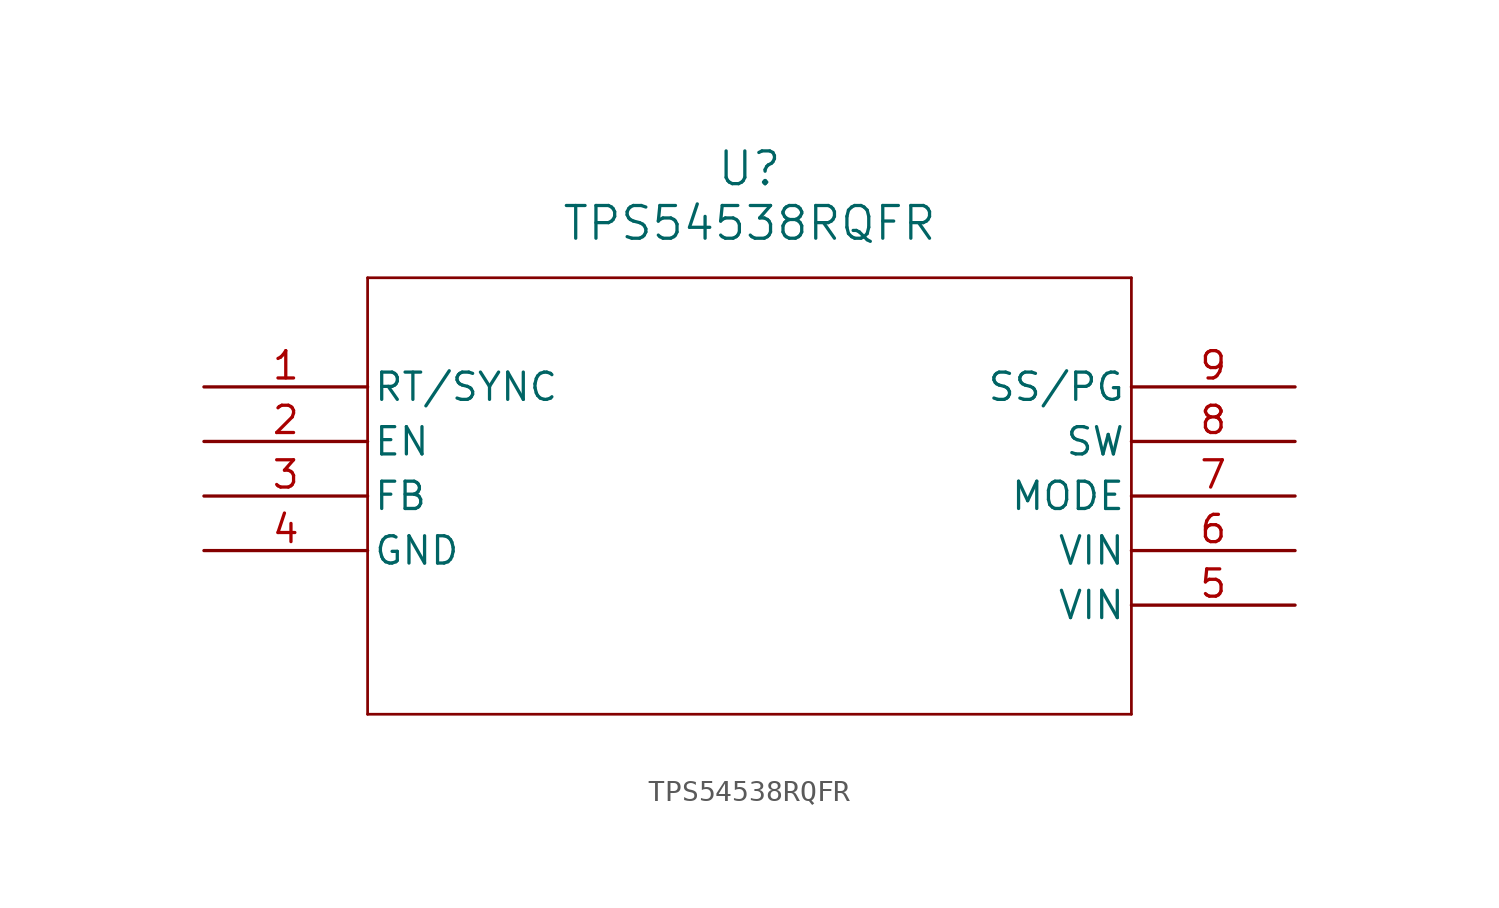
<source format=kicad_sym>
(kicad_symbol_lib
  (version 20241209)
  (generator "kicad_symbol_editor")
  (generator_version "9.0")
  (symbol "TPS54538RQFR"
    (pin_names
      (offset 0.254))
    (property "Reference" "U"
      (at 25.4 10.16 0)
      (effects (font (size 1.524 1.524))))
    (property "Value" "TPS54538RQFR"
      (at 25.4 7.62 0)
      (effects (font (size 1.524 1.524))))
    (property "ki_locked" ""
      (at 0 0 0)
      (effects (font (size 1.27 1.27))))
    (symbol "TPS54538RQFR_0_1"
      (polyline (pts (xy 7.62 5.08) (xy 7.62 -15.24)) (stroke (width 0.127) (type default)) (fill (type none)))
      (polyline (pts (xy 7.62 -15.24) (xy 43.18 -15.24)) (stroke (width 0.127) (type default)) (fill (type none)))
      (polyline (pts (xy 43.18 5.08) (xy 7.62 5.08)) (stroke (width 0.127) (type default)) (fill (type none)))
      (polyline (pts (xy 43.18 -15.24) (xy 43.18 5.08)) (stroke (width 0.127) (type default)) (fill (type none)))
      (pin unspecified line (at 0 0 0) (length 7.62) (name "RT/SYNC" (effects (font (size 1.27 1.27)))) (number "1" (effects (font (size 1.27 1.27)))))
      (pin unspecified line (at 0 -2.54 0) (length 7.62) (name "EN" (effects (font (size 1.27 1.27)))) (number "2" (effects (font (size 1.27 1.27)))))
      (pin unspecified line (at 0 -5.08 0) (length 7.62) (name "FB" (effects (font (size 1.27 1.27)))) (number "3" (effects (font (size 1.27 1.27)))))
      (pin power_out line (at 0 -7.62 0) (length 7.62) (name "GND" (effects (font (size 1.27 1.27)))) (number "4" (effects (font (size 1.27 1.27)))))
      (pin unspecified line (at 50.8 0 180) (length 7.62) (name "SS/PG" (effects (font (size 1.27 1.27)))) (number "9" (effects (font (size 1.27 1.27)))))
      (pin power_in line (at 50.8 -2.54 180) (length 7.62) (name "SW" (effects (font (size 1.27 1.27)))) (number "8" (effects (font (size 1.27 1.27)))))
      (pin unspecified line (at 50.8 -5.08 180) (length 7.62) (name "MODE" (effects (font (size 1.27 1.27)))) (number "7" (effects (font (size 1.27 1.27)))))
      (pin power_in line (at 50.8 -7.62 180) (length 7.62) (name "VIN" (effects (font (size 1.27 1.27)))) (number "6" (effects (font (size 1.27 1.27)))))
      (pin power_in line (at 50.8 -10.16 180) (length 7.62) (name "VIN" (effects (font (size 1.27 1.27)))) (number "5" (effects (font (size 1.27 1.27))))))))
</source>
